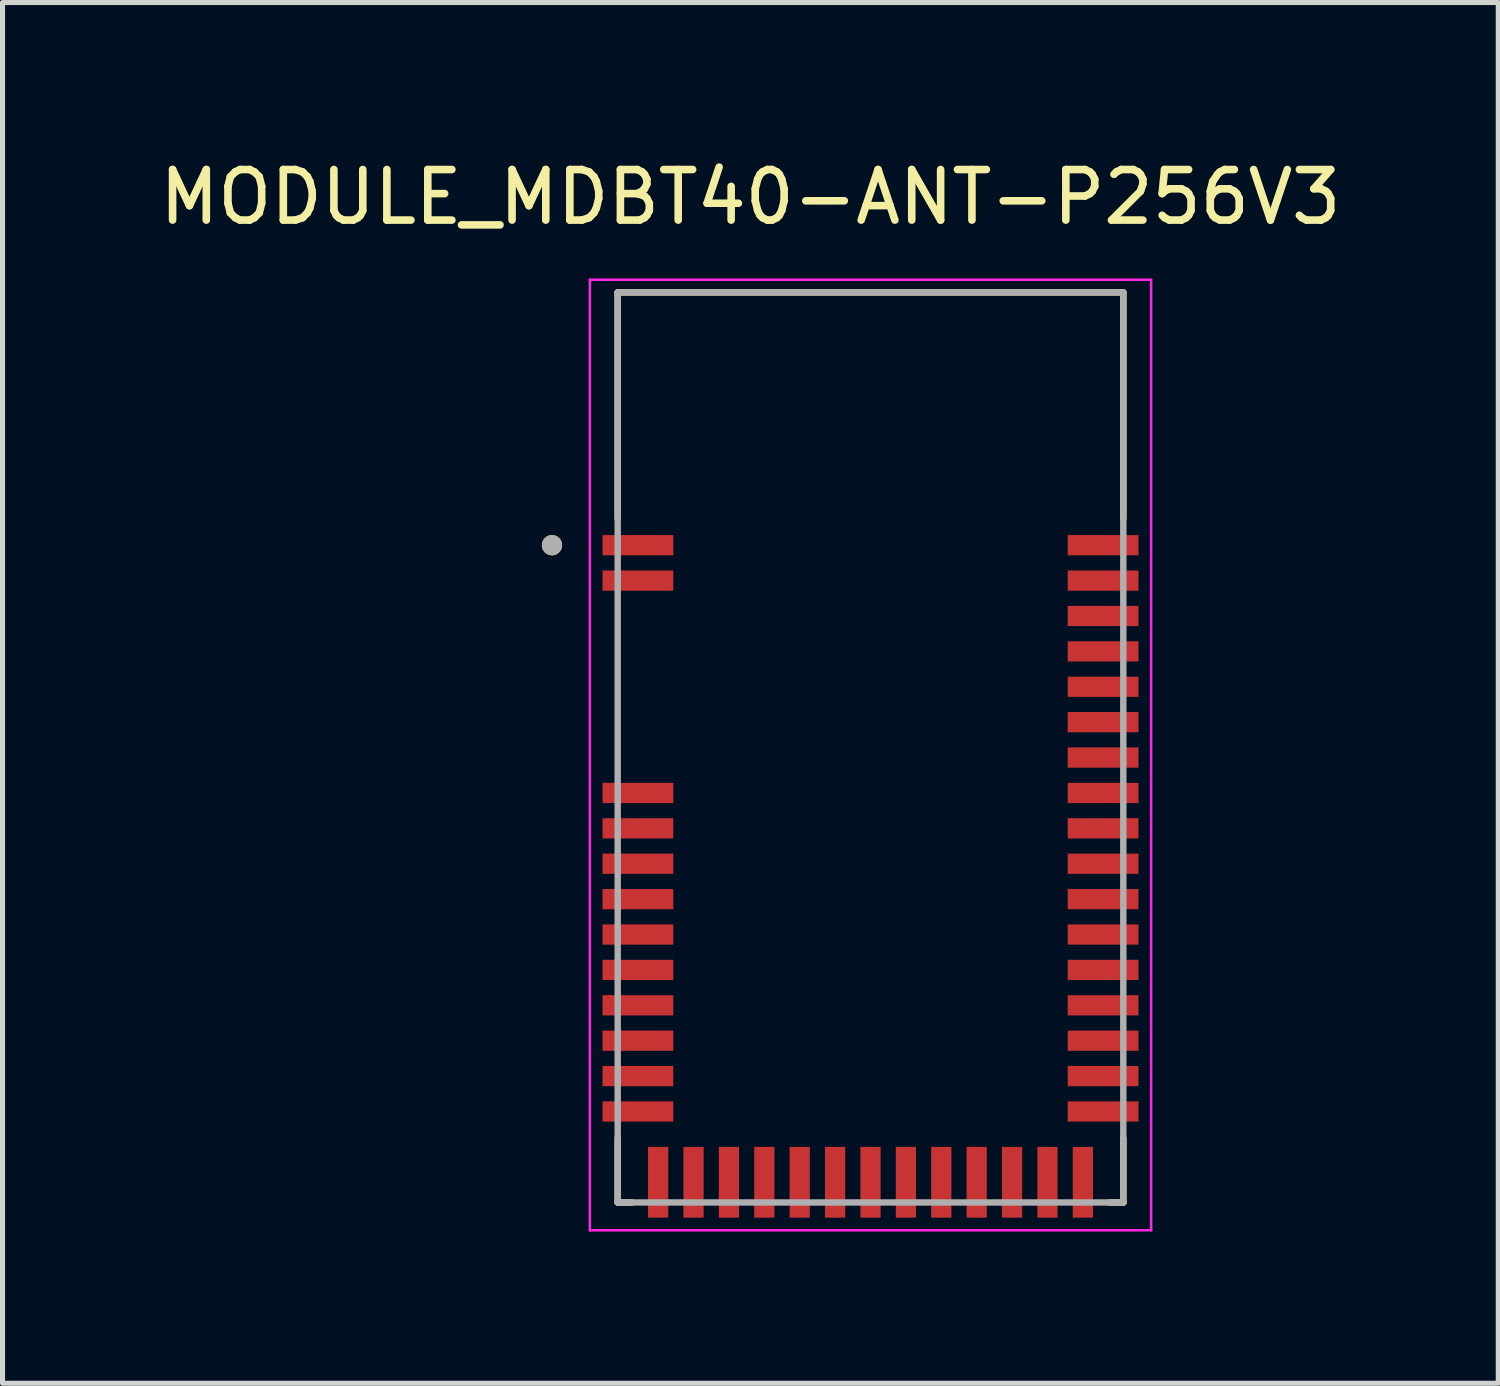
<source format=kicad_pcb>
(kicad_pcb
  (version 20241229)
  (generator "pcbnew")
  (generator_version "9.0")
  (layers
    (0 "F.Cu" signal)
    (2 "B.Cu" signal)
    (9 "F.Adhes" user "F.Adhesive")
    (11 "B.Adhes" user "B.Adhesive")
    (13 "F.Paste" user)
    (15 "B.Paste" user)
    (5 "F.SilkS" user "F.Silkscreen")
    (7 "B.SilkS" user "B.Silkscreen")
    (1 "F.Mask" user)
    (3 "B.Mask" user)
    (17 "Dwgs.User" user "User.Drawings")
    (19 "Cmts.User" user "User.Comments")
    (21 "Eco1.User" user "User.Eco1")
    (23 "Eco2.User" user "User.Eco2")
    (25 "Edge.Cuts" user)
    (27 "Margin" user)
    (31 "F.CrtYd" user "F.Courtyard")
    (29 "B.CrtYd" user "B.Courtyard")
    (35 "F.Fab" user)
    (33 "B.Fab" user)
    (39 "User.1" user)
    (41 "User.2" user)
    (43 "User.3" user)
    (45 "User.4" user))
  (footprint "MODULE_MDBT40-ANT-P256V3"
    (layer "F.Cu")
    (at 14.167 11.733)
    (property "Reference" "MODULE_MDBT40-ANT-P256V3" (at -2.375 -10.885 0) (layer "F.SilkS") (effects (font (size 1 1) (thickness 0.15))))
    (attr through_hole)
    (fp_line (start -5 -9) (end 5 -9) (stroke (width 0.127) (type solid)) (layer "F.SilkS"))
    (fp_line (start -5 -4.52) (end -5 -9) (stroke (width 0.127) (type solid)) (layer "F.SilkS"))
    (fp_line (start -5 9) (end -5 7.72) (stroke (width 0.127) (type solid)) (layer "F.SilkS"))
    (fp_line (start -5 9) (end -4.72 9) (stroke (width 0.127) (type solid)) (layer "F.SilkS"))
    (fp_line (start 4.72 9) (end 5 9) (stroke (width 0.127) (type solid)) (layer "F.SilkS"))
    (fp_line (start 5 -4.52) (end 5 -9) (stroke (width 0.127) (type solid)) (layer "F.SilkS"))
    (fp_line (start 5 9) (end 5 7.72) (stroke (width 0.127) (type solid)) (layer "F.SilkS"))
    (fp_circle (center -6.3 -4) (end -6.2 -4) (stroke (width 0.2) (type solid)) (fill no) (layer "F.SilkS"))
    (fp_line (start -5.55 -9.25) (end -5.55 9.55) (stroke (width 0.05) (type solid)) (layer "F.CrtYd"))
    (fp_line (start -5.55 9.55) (end 5.55 9.55) (stroke (width 0.05) (type solid)) (layer "F.CrtYd"))
    (fp_line (start 5.55 -9.25) (end -5.55 -9.25) (stroke (width 0.05) (type solid)) (layer "F.CrtYd"))
    (fp_line (start 5.55 9.55) (end 5.55 -9.25) (stroke (width 0.05) (type solid)) (layer "F.CrtYd"))
    (fp_line (start -5 -9) (end 5 -9) (stroke (width 0.127) (type solid)) (layer "F.Fab"))
    (fp_line (start -5 9) (end -5 -9) (stroke (width 0.127) (type solid)) (layer "F.Fab"))
    (fp_line (start -5 9) (end 5 9) (stroke (width 0.127) (type solid)) (layer "F.Fab"))
    (fp_line (start 5 9) (end 5 -9) (stroke (width 0.127) (type solid)) (layer "F.Fab"))
    (fp_circle (center -6.3 -4) (end -6.2 -4) (stroke (width 0.2) (type solid)) (fill no) (layer "F.Fab"))
    (pad "1" smd rect (at -4.6 -4) (size 1.4 0.4) (layers "F.Cu" "F.Mask" "F.Paste"))
    (pad "2" smd rect (at -4.6 -3.3) (size 1.4 0.4) (layers "F.Cu" "F.Mask" "F.Paste"))
    (pad "3" smd rect (at -4.6 0.9) (size 1.4 0.4) (layers "F.Cu" "F.Mask" "F.Paste"))
    (pad "4" smd rect (at -4.6 1.6) (size 1.4 0.4) (layers "F.Cu" "F.Mask" "F.Paste"))
    (pad "5" smd rect (at -4.6 2.3) (size 1.4 0.4) (layers "F.Cu" "F.Mask" "F.Paste"))
    (pad "6" smd rect (at -4.6 3) (size 1.4 0.4) (layers "F.Cu" "F.Mask" "F.Paste"))
    (pad "7" smd rect (at -4.6 3.7) (size 1.4 0.4) (layers "F.Cu" "F.Mask" "F.Paste"))
    (pad "8" smd rect (at -4.6 4.4) (size 1.4 0.4) (layers "F.Cu" "F.Mask" "F.Paste"))
    (pad "9" smd rect (at -4.6 5.1) (size 1.4 0.4) (layers "F.Cu" "F.Mask" "F.Paste"))
    (pad "10" smd rect (at -4.6 5.8) (size 1.4 0.4) (layers "F.Cu" "F.Mask" "F.Paste"))
    (pad "11" smd rect (at -4.6 6.5) (size 1.4 0.4) (layers "F.Cu" "F.Mask" "F.Paste"))
    (pad "12" smd rect (at -4.6 7.2) (size 1.4 0.4) (layers "F.Cu" "F.Mask" "F.Paste"))
    (pad "13" smd rect (at -4.2 8.6) (size 0.4 1.4) (layers "F.Cu" "F.Mask" "F.Paste"))
    (pad "14" smd rect (at -3.5 8.6) (size 0.4 1.4) (layers "F.Cu" "F.Mask" "F.Paste"))
    (pad "15" smd rect (at -2.8 8.6) (size 0.4 1.4) (layers "F.Cu" "F.Mask" "F.Paste"))
    (pad "16" smd rect (at -2.1 8.6) (size 0.4 1.4) (layers "F.Cu" "F.Mask" "F.Paste"))
    (pad "17" smd rect (at -1.4 8.6) (size 0.4 1.4) (layers "F.Cu" "F.Mask" "F.Paste"))
    (pad "18" smd rect (at -0.7 8.6) (size 0.4 1.4) (layers "F.Cu" "F.Mask" "F.Paste"))
    (pad "19" smd rect (at 0 8.6) (size 0.4 1.4) (layers "F.Cu" "F.Mask" "F.Paste"))
    (pad "20" smd rect (at 0.7 8.6) (size 0.4 1.4) (layers "F.Cu" "F.Mask" "F.Paste"))
    (pad "21" smd rect (at 1.4 8.6) (size 0.4 1.4) (layers "F.Cu" "F.Mask" "F.Paste"))
    (pad "22" smd rect (at 2.1 8.6) (size 0.4 1.4) (layers "F.Cu" "F.Mask" "F.Paste"))
    (pad "23" smd rect (at 2.8 8.6) (size 0.4 1.4) (layers "F.Cu" "F.Mask" "F.Paste"))
    (pad "24" smd rect (at 3.5 8.6) (size 0.4 1.4) (layers "F.Cu" "F.Mask" "F.Paste"))
    (pad "25" smd rect (at 4.2 8.6) (size 0.4 1.4) (layers "F.Cu" "F.Mask" "F.Paste"))
    (pad "26" smd rect (at 4.6 7.2) (size 1.4 0.4) (layers "F.Cu" "F.Mask" "F.Paste"))
    (pad "27" smd rect (at 4.6 6.5) (size 1.4 0.4) (layers "F.Cu" "F.Mask" "F.Paste"))
    (pad "28" smd rect (at 4.6 5.8) (size 1.4 0.4) (layers "F.Cu" "F.Mask" "F.Paste"))
    (pad "29" smd rect (at 4.6 5.1) (size 1.4 0.4) (layers "F.Cu" "F.Mask" "F.Paste"))
    (pad "30" smd rect (at 4.6 4.4) (size 1.4 0.4) (layers "F.Cu" "F.Mask" "F.Paste"))
    (pad "31" smd rect (at 4.6 3.7) (size 1.4 0.4) (layers "F.Cu" "F.Mask" "F.Paste"))
    (pad "32" smd rect (at 4.6 3) (size 1.4 0.4) (layers "F.Cu" "F.Mask" "F.Paste"))
    (pad "33" smd rect (at 4.6 2.3) (size 1.4 0.4) (layers "F.Cu" "F.Mask" "F.Paste"))
    (pad "34" smd rect (at 4.6 1.6) (size 1.4 0.4) (layers "F.Cu" "F.Mask" "F.Paste"))
    (pad "35" smd rect (at 4.6 0.9) (size 1.4 0.4) (layers "F.Cu" "F.Mask" "F.Paste"))
    (pad "36" smd rect (at 4.6 0.2) (size 1.4 0.4) (layers "F.Cu" "F.Mask" "F.Paste"))
    (pad "37" smd rect (at 4.6 -0.5) (size 1.4 0.4) (layers "F.Cu" "F.Mask" "F.Paste"))
    (pad "38" smd rect (at 4.6 -1.2) (size 1.4 0.4) (layers "F.Cu" "F.Mask" "F.Paste"))
    (pad "39" smd rect (at 4.6 -1.9) (size 1.4 0.4) (layers "F.Cu" "F.Mask" "F.Paste"))
    (pad "40" smd rect (at 4.6 -2.6) (size 1.4 0.4) (layers "F.Cu" "F.Mask" "F.Paste"))
    (pad "41" smd rect (at 4.6 -3.3) (size 1.4 0.4) (layers "F.Cu" "F.Mask" "F.Paste"))
    (pad "42" smd rect (at 4.6 -4) (size 1.4 0.4) (layers "F.Cu" "F.Mask" "F.Paste"))
    (zone (net_name "") (layer "F.Cu") (hatch full 0.508) (connect_pads) (min_thickness 0.01) (filled_areas_thickness no) (keepout (tracks not_allowed) (vias not_allowed) (pads not_allowed) (copperpour not_allowed) (footprints allowed)) (placement (enabled no)) (fill) (polygon (pts (xy 8.867 2.733) (xy 19.467 2.733) (xy 19.467 7.533) (xy 15.817 7.533) (xy 15.817 8.633) (xy 13.817 8.633) (xy 13.817 7.533) (xy 8.867 7.533))))
    (zone (net_name "") (layers "F.Cu" "B.Cu") (hatch full 0.508) (connect_pads) (min_thickness 0.01) (filled_areas_thickness no) (keepout (tracks allowed) (vias not_allowed) (pads allowed) (copperpour allowed) (footprints allowed)) (placement (enabled no)) (fill) (polygon (pts (xy 8.867 2.733) (xy 19.467 2.733) (xy 19.467 7.533) (xy 15.817 7.533) (xy 15.817 8.633) (xy 13.817 8.633) (xy 13.817 7.533) (xy 8.867 7.533)))))
  (gr_rect
    (start -3 -3)
    (end 26.583 24.308)
    (stroke (width 0.1) (type default))
    (fill no)
    (layer "Edge.Cuts")))
</source>
